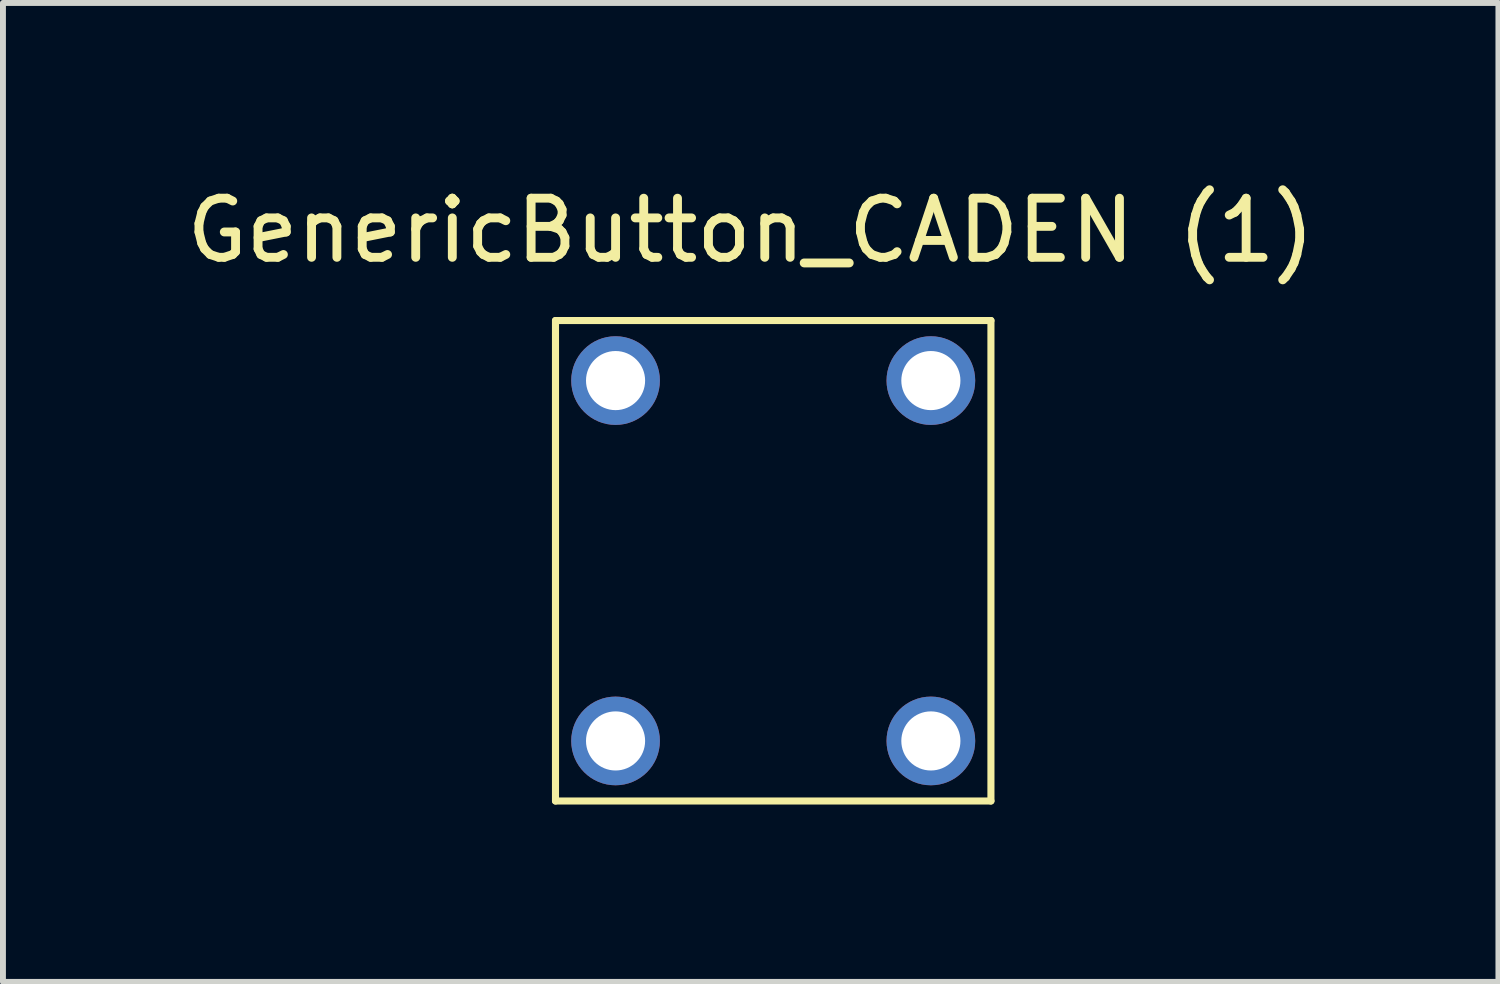
<source format=kicad_pcb>
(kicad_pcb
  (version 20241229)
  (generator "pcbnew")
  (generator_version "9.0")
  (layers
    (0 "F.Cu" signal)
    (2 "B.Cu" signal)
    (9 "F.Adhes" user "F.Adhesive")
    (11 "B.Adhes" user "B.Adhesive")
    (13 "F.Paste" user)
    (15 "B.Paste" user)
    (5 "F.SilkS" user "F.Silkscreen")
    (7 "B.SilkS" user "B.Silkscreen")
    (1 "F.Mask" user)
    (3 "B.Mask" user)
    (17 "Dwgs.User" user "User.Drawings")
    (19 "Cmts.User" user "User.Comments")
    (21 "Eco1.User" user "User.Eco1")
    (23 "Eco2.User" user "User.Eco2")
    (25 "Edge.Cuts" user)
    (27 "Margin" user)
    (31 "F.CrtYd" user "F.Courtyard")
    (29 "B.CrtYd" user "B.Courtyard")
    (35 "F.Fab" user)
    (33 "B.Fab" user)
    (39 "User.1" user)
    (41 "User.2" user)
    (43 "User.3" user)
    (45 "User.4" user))
  (footprint "GenericButton_CADEN (1)"
    (layer "F.Cu")
    (at 9.649 6.436)
    (property "Reference" "GenericButton_CADEN (1)" (at 0 -5.588 0) (layer "F.SilkS") (effects (font (size 1 1) (thickness 0.15))))
    (attr through_hole)
    (fp_line (start -3.302 -4.064) (end 4.064 -4.064) (stroke (width 0.12) (type solid)) (layer "F.SilkS"))
    (fp_line (start -3.302 4.064) (end -3.302 -4.064) (stroke (width 0.12) (type solid)) (layer "F.SilkS"))
    (fp_line (start 4.064 -4.064) (end 4.064 4.064) (stroke (width 0.12) (type solid)) (layer "F.SilkS"))
    (fp_line (start 4.064 4.064) (end -3.302 4.064) (stroke (width 0.12) (type solid)) (layer "F.SilkS"))
    (pad "1" thru_hole circle (at -2.286 -3.048) (size 1.5 1.5) (drill 1) (layers "*.Cu" "*.Mask"))
    (pad "2" thru_hole circle (at 3.048 -3.048) (size 1.5 1.5) (drill 1) (layers "*.Cu" "*.Mask"))
    (pad "3" thru_hole circle (at -2.286 3.048) (size 1.5 1.5) (drill 1) (layers "*.Cu" "*.Mask"))
    (pad "4" thru_hole circle (at 3.048 3.048) (size 1.5 1.5) (drill 1) (layers "*.Cu" "*.Mask")))
  (gr_rect
    (start -3 -3)
    (end 22.298 13.56)
    (stroke (width 0.1) (type default))
    (fill no)
    (layer "Edge.Cuts")))
</source>
